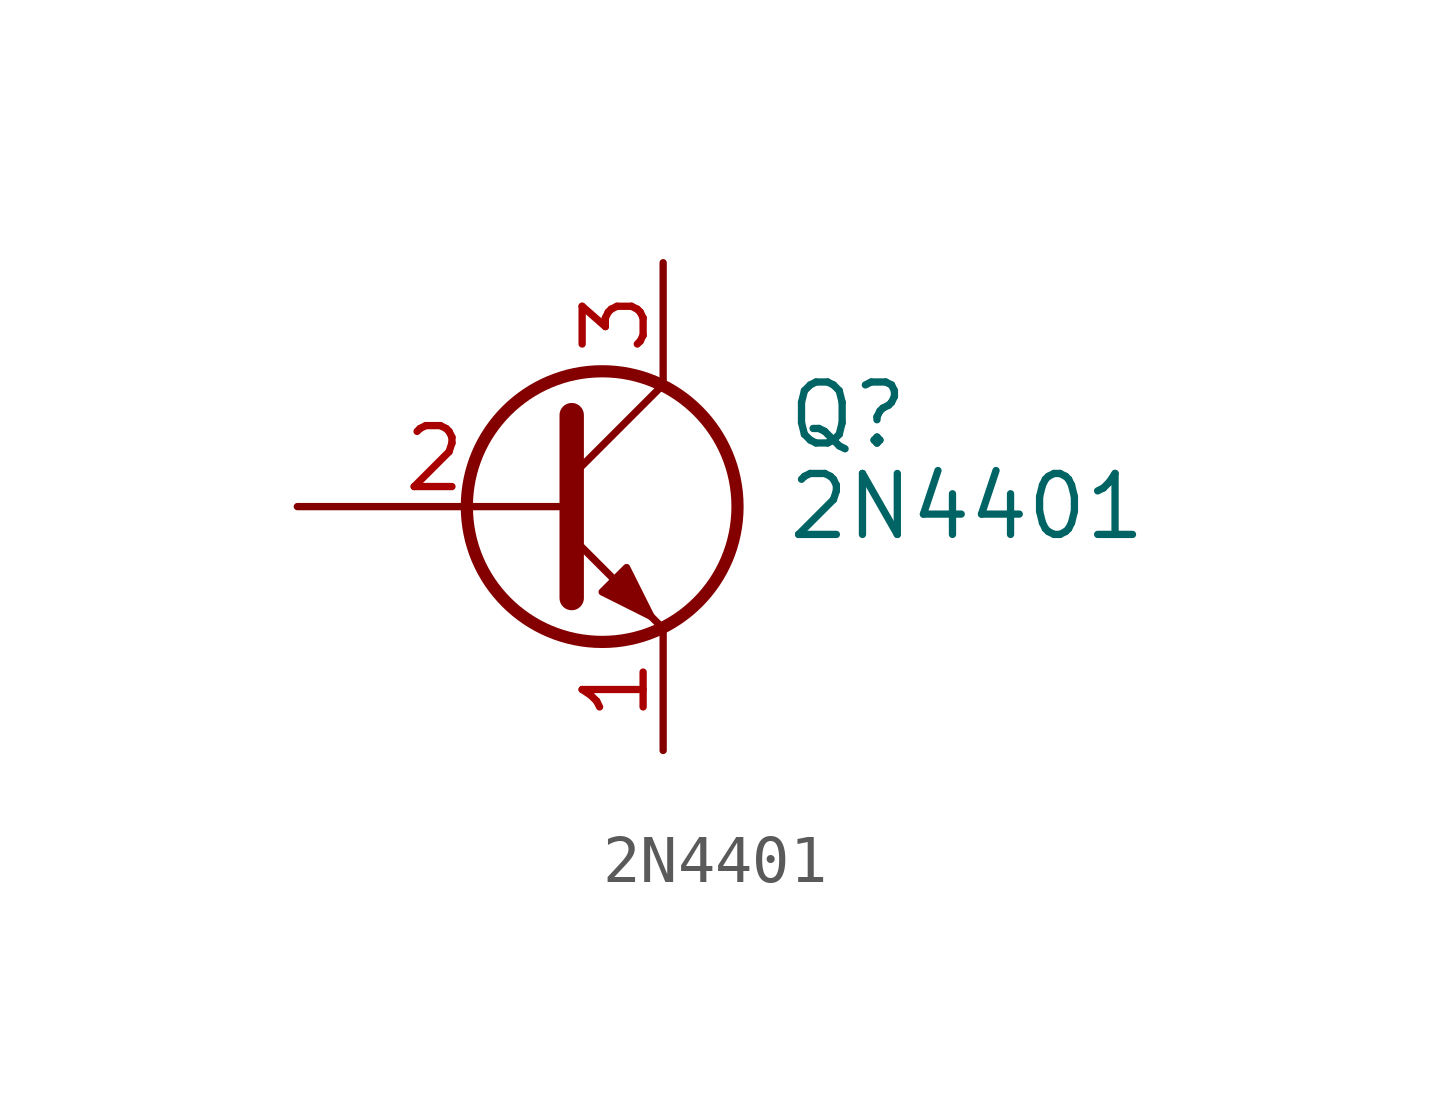
<source format=kicad_sym>
(kicad_symbol_lib
  (version 20241209)
  (generator "kicad_symbol_editor")
  (generator_version "9.0")
  (symbol "2N4401"
    (pin_names
      (offset 0)
      (hide yes))
    (property "Reference" "Q"
      (at 5.08 1.905 0)
      (effects (font (size 1.27 1.27)) (justify left)))
    (property "Value" "2N4401"
      (at 5.08 0 0)
      (effects (font (size 1.27 1.27)) (justify left)))
    (symbol "2N4401_0_1"
      (polyline (pts (xy 0.635 1.905) (xy 0.635 -1.905) (xy 0.635 -1.905)) (stroke (width 0.508) (type default)) (fill (type none)))
      (polyline (pts (xy 0.635 0.635) (xy 2.54 2.54)) (stroke (width 0) (type default)) (fill (type none)))
      (polyline (pts (xy 0.635 -0.635) (xy 2.54 -2.54) (xy 2.54 -2.54)) (stroke (width 0) (type default)) (fill (type none)))
      (circle (center 1.27 0) (radius 2.819) (stroke (width 0.254) (type default)) (fill (type none)))
      (polyline (pts (xy 1.27 -1.778) (xy 1.778 -1.27) (xy 2.286 -2.286) (xy 1.27 -1.778) (xy 1.27 -1.778)) (stroke (width 0) (type default)) (fill (type outline))))
    (symbol "2N4401_1_1"
      (pin passive line (at -5.08 0 0) (length 5.715) (name "B" (effects (font (size 1.27 1.27)))) (number "2" (effects (font (size 1.27 1.27)))))
      (pin passive line (at 2.54 5.08 270) (length 2.54) (name "C" (effects (font (size 1.27 1.27)))) (number "3" (effects (font (size 1.27 1.27)))))
      (pin passive line (at 2.54 -5.08 90) (length 2.54) (name "E" (effects (font (size 1.27 1.27)))) (number "1" (effects (font (size 1.27 1.27))))))))
</source>
